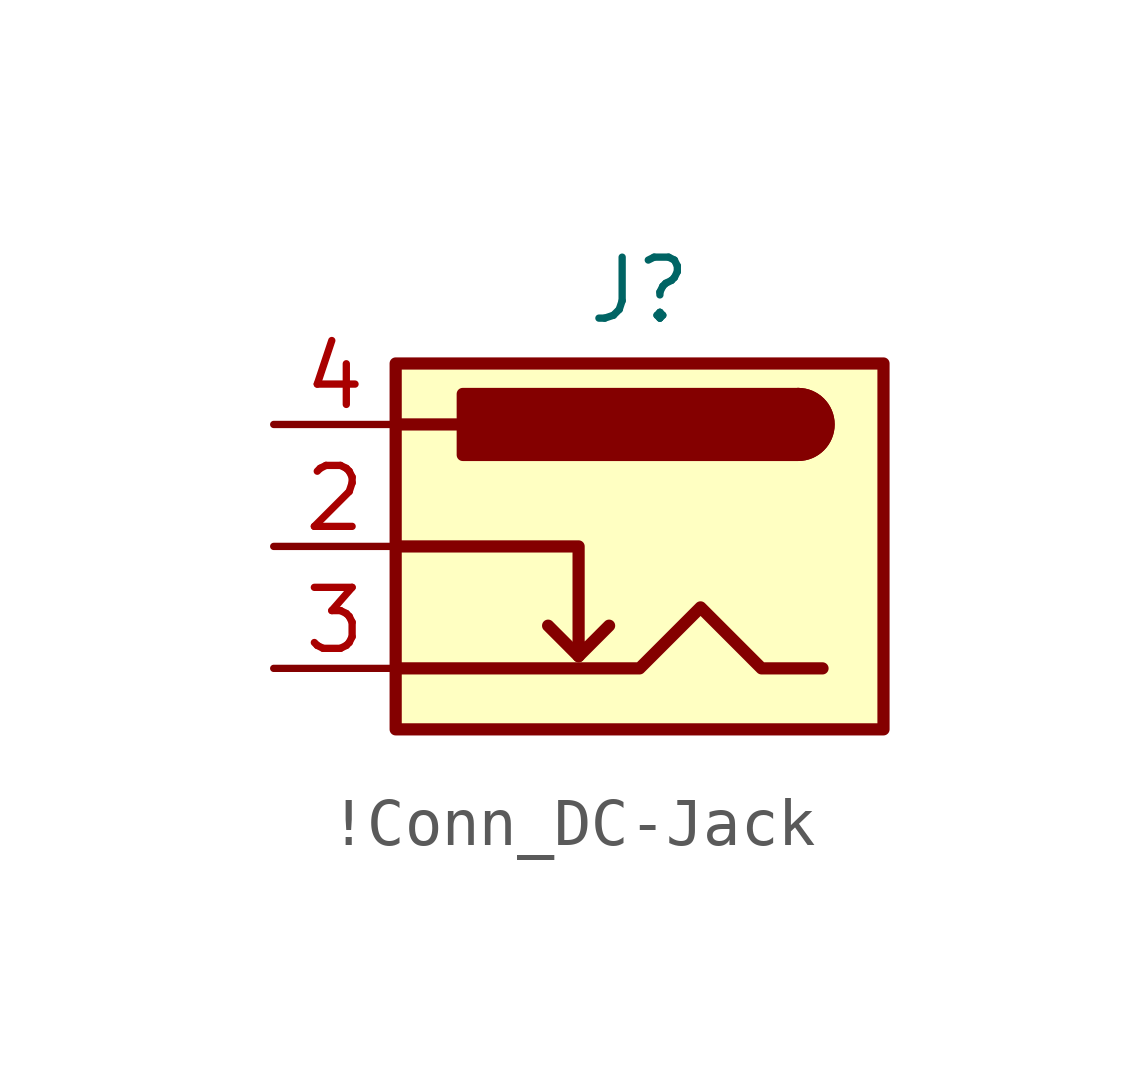
<source format=kicad_sym>
(kicad_symbol_lib
  (version 20241209)
  (generator "kicad_symbol_editor")
  (generator_version "9.0")
  (symbol "!Conn_DC-Jack"
    (pin_names
      (hide yes))
    (property "Reference" "J"
      (at 7.62 2.794 0)
      (effects (font (size 1.27 1.27))))
    (symbol "!Conn_DC-Jack_0_1"
      (polyline (pts (xy 2.54 0) (xy 3.81 0)) (stroke (width 0.254) (type default)) (fill (type none)))
      (polyline (pts (xy 2.54 -2.54) (xy 6.35 -2.54) (xy 6.35 -4.826) (xy 6.985 -4.191)) (stroke (width 0.254) (type default)) (fill (type none)))
      (rectangle (start 3.937 0.635) (end 10.922 -0.635) (stroke (width 0.254) (type default)) (fill (type outline)))
      (polyline (pts (xy 6.35 -4.826) (xy 5.715 -4.191)) (stroke (width 0.254) (type default)) (fill (type none)))
      (arc (start 10.922 0.635) (mid 11.5543 0) (end 10.922 -0.635) (stroke (width 0.254) (type default)) (fill (type none)))
      (arc (start 10.922 0.635) (mid 11.5543 0) (end 10.922 -0.635) (stroke (width 0.254) (type default)) (fill (type outline)))
      (polyline (pts (xy 11.43 -5.08) (xy 10.16 -5.08) (xy 8.89 -3.81) (xy 7.62 -5.08) (xy 5.08 -5.08) (xy 2.54 -5.08)) (stroke (width 0.254) (type default)) (fill (type none)))
      (rectangle (start 12.7 1.27) (end 2.54 -6.35) (stroke (width 0.254) (type default)) (fill (type background))))
    (symbol "!Conn_DC-Jack_1_1"
      (pin passive line (at 0 0 0) (length 2.54) (name "~" (effects (font (size 1.27 1.27)))) (number "4" (effects (font (size 1.27 1.27)))))
      (pin passive line (at 0 -2.54 0) (length 2.54) (name "~" (effects (font (size 1.27 1.27)))) (number "2" (effects (font (size 1.27 1.27)))))
      (pin passive line (at 0 -5.08 0) (length 2.54) (name "~" (effects (font (size 1.27 1.27)))) (number "3" (effects (font (size 1.27 1.27))))))))
</source>
